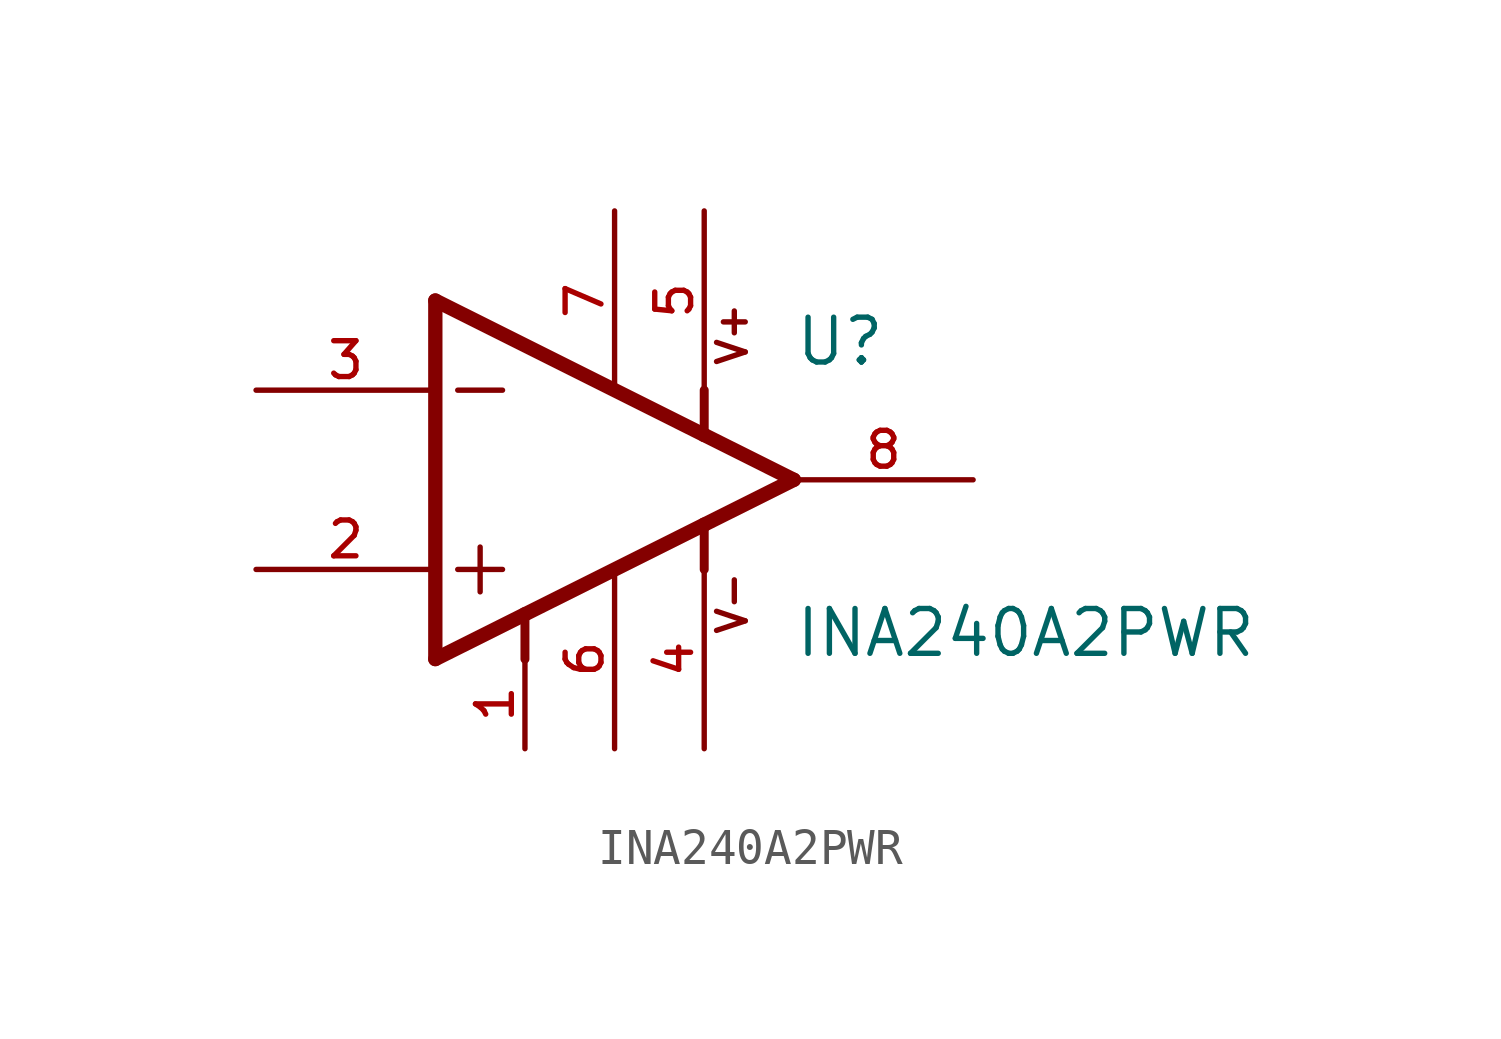
<source format=kicad_sym>
(kicad_symbol_lib
  (version 20211014)
  (generator kicad_symbol_editor)
  (symbol "INA240A2PWR"
    (pin_names
      (offset 1.016))
    (property "Reference" "U"
      (at 5.08 3.175 0)
      (effects (font (size 1.27 1.27)) (justify bottom left)))
    (property "Value" "INA240A2PWR"
      (at 5.08 -5.08 0)
      (effects (font (size 1.27 1.27)) (justify bottom left)))
    (symbol "INA240A2PWR_0_0"
      (polyline (pts (xy -5.08 5.08) (xy -5.08 -5.08)) (stroke (width 0.406)))
      (polyline (pts (xy -5.08 -5.08) (xy -2.54 -3.81)) (stroke (width 0.406)))
      (polyline (pts (xy -2.54 -3.81) (xy 2.54 -1.27)) (stroke (width 0.406)))
      (polyline (pts (xy 2.54 -1.27) (xy 5.08 0.0)) (stroke (width 0.406)))
      (polyline (pts (xy 5.08 0.0) (xy 2.54 1.27)) (stroke (width 0.406)))
      (polyline (pts (xy 2.54 1.27) (xy -5.08 5.08)) (stroke (width 0.406)))
      (polyline (pts (xy -3.81 -1.905) (xy -3.81 -3.175)) (stroke (width 0.152)))
      (polyline (pts (xy -4.445 2.54) (xy -3.175 2.54)) (stroke (width 0.152)))
      (polyline (pts (xy -4.445 -2.54) (xy -3.175 -2.54)) (stroke (width 0.152)))
      (text "V+" (at 3.81 3.175 900) (effects (font (size 0.813 0.813)) (justify bottom left)))
      (text "V-" (at 3.81 -4.445 900) (effects (font (size 0.813 0.813)) (justify bottom left)))
      (polyline (pts (xy 2.54 -1.27) (xy 2.54 -2.54)) (stroke (width 0.254)))
      (polyline (pts (xy 2.54 2.54) (xy 2.54 1.27)) (stroke (width 0.254)))
      (polyline (pts (xy -2.54 -3.81) (xy -2.54 -5.08)) (stroke (width 0.254)))
      (pin input line (at -10.16 -2.54 0) (length 5.08) (name "~" (effects (font (size 1.016 1.016)))) (number "2" (effects (font (size 1.016 1.016)))))
      (pin input line (at -10.16 2.54 0) (length 5.08) (name "~" (effects (font (size 1.016 1.016)))) (number "3" (effects (font (size 1.016 1.016)))))
      (pin power_in line (at 2.54 7.62 270.0) (length 5.08) (name "~" (effects (font (size 1.016 1.016)))) (number "5" (effects (font (size 1.016 1.016)))))
      (pin output line (at 10.16 0.0 180.0) (length 5.08) (name "~" (effects (font (size 1.016 1.016)))) (number "8" (effects (font (size 1.016 1.016)))))
      (pin power_in line (at 2.54 -7.62 90.0) (length 5.08) (name "~" (effects (font (size 1.016 1.016)))) (number "4" (effects (font (size 1.016 1.016)))))
      (pin passive line (at 0.0 7.62 270.0) (length 5.08) (name "~" (effects (font (size 1.016 1.016)))) (number "7" (effects (font (size 1.016 1.016)))))
      (pin passive line (at 0.0 -7.62 90.0) (length 5.08) (name "~" (effects (font (size 1.016 1.016)))) (number "6" (effects (font (size 1.016 1.016)))))
      (pin passive line (at -2.54 -7.62 90.0) (length 2.54) (name "~" (effects (font (size 1.016 1.016)))) (number "1" (effects (font (size 1.016 1.016))))))))
</source>
